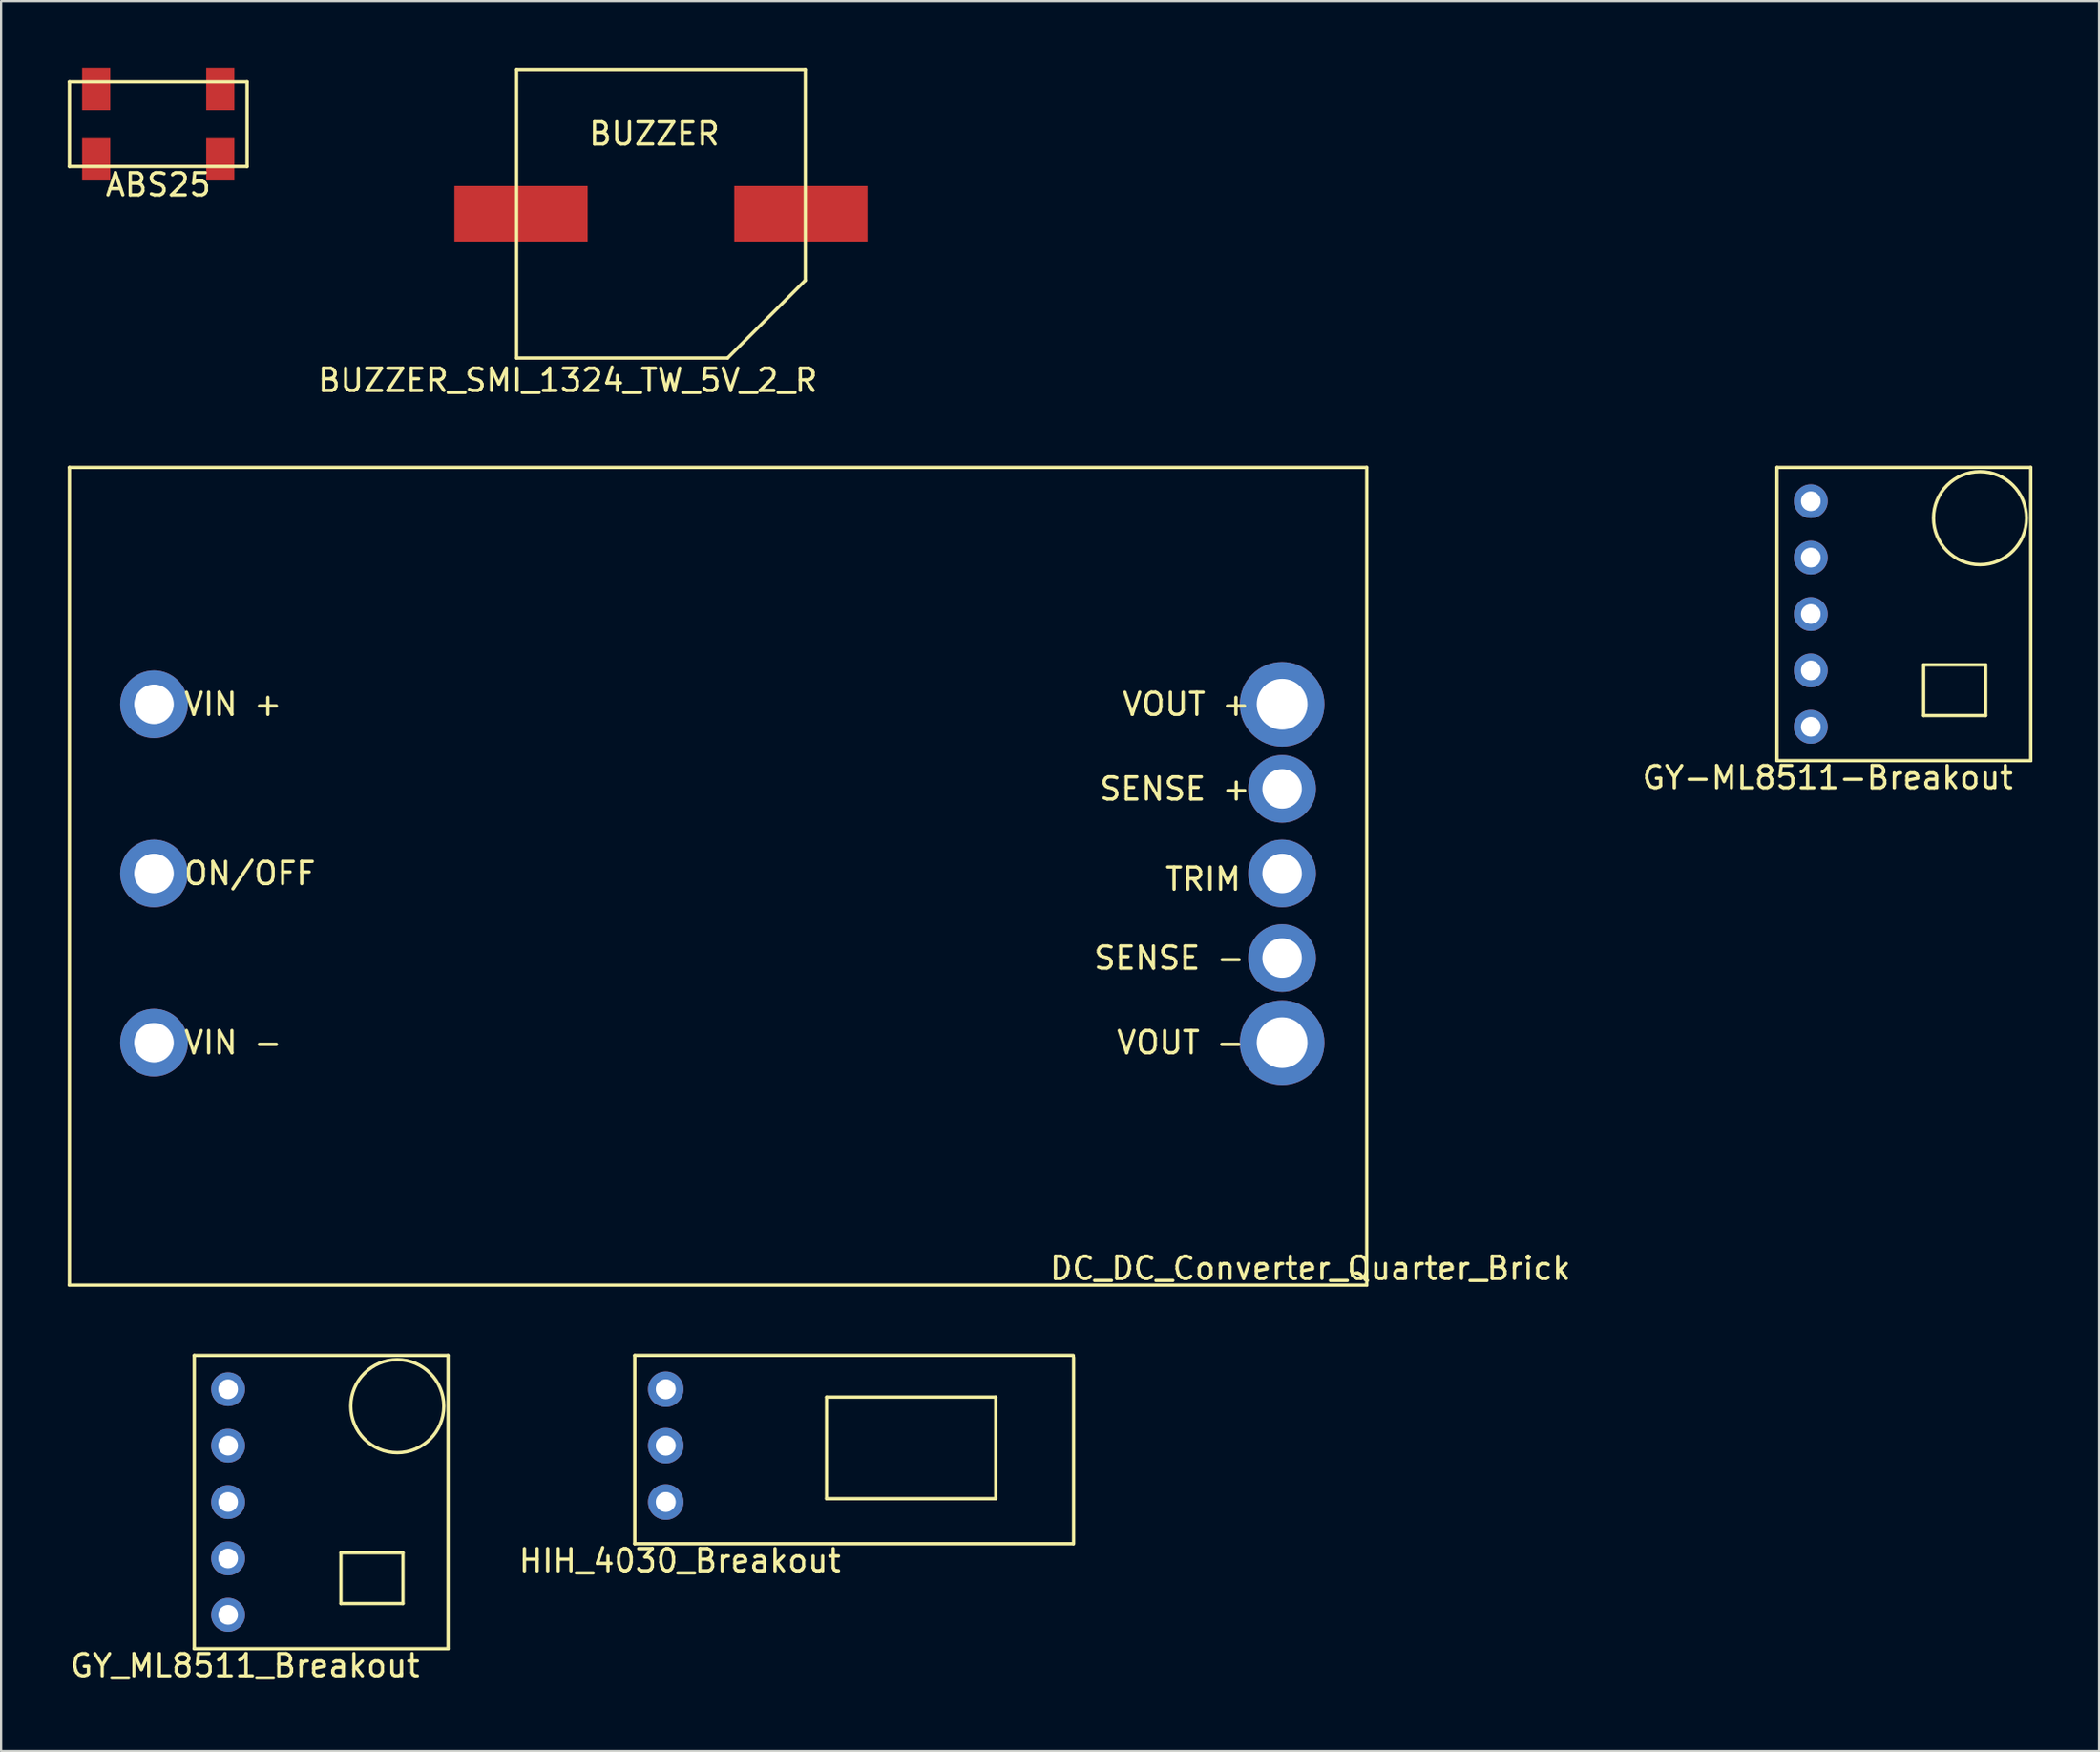
<source format=kicad_pcb>
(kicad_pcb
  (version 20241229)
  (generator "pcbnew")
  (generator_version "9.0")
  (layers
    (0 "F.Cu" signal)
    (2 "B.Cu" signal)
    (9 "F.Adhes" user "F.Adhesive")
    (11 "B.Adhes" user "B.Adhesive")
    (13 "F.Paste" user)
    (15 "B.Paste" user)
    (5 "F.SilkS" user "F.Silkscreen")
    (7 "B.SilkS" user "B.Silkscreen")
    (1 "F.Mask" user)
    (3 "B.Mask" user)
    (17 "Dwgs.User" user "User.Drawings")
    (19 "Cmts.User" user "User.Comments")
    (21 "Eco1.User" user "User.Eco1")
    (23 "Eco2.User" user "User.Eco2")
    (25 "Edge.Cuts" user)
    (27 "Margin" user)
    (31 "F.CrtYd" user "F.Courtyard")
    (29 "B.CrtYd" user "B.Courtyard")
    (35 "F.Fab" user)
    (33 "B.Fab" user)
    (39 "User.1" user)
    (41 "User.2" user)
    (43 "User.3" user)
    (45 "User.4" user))
  (footprint "GY-ML8511-Breakout"
    (layer "F.Cu")
    (at 76.969 31.206)
    (property "Reference" "GY-ML8511-Breakout" (at 2.284 0.764 0) (layer "F.SilkS") (effects (font (size 1 1) (thickness 0.15))))
    (attr through_hole)
    (fp_line (start 0 0) (end 0 -13.208) (stroke (width 0.15) (type solid)) (layer "F.SilkS"))
    (fp_line (start 0 0) (end 11.43 0) (stroke (width 0.15) (type solid)) (layer "F.SilkS"))
    (fp_line (start 6.604 -4.318) (end 6.604 -2.032) (stroke (width 0.15) (type solid)) (layer "F.SilkS"))
    (fp_line (start 9.398 -4.318) (end 6.604 -4.318) (stroke (width 0.15) (type solid)) (layer "F.SilkS"))
    (fp_line (start 9.398 -4.318) (end 9.398 -2.032) (stroke (width 0.15) (type solid)) (layer "F.SilkS"))
    (fp_line (start 9.398 -2.032) (end 6.604 -2.032) (stroke (width 0.15) (type solid)) (layer "F.SilkS"))
    (fp_line (start 11.43 -13.208) (end 0 -13.208) (stroke (width 0.15) (type solid)) (layer "F.SilkS"))
    (fp_line (start 11.43 0) (end 11.43 -13.208) (stroke (width 0.15) (type solid)) (layer "F.SilkS"))
    (fp_circle (center 9.144 -10.922) (end 8.636 -12.954) (stroke (width 0.15) (type solid)) (fill no) (layer "F.SilkS"))
    (pad "1" thru_hole circle (at 1.524 -11.684) (size 1.524 1.524) (drill 0.889) (layers "*.Cu" "*.Mask"))
    (pad "2" thru_hole circle (at 1.524 -9.144) (size 1.524 1.524) (drill 0.889) (layers "*.Cu" "*.Mask"))
    (pad "3" thru_hole circle (at 1.524 -6.604) (size 1.524 1.524) (drill 0.889) (layers "*.Cu" "*.Mask"))
    (pad "4" thru_hole circle (at 1.524 -4.064) (size 1.524 1.524) (drill 0.889) (layers "*.Cu" "*.Mask"))
    (pad "5" thru_hole circle (at 1.524 -1.524) (size 1.524 1.524) (drill 0.889) (layers "*.Cu" "*.Mask")))
  (footprint "GY_ML8511_Breakout"
    (layer "F.Cu")
    (at 5.698 71.198)
    (property "Reference" "GY_ML8511_Breakout" (at 2.284 0.764 0) (layer "F.SilkS") (effects (font (size 1 1) (thickness 0.15))))
    (attr through_hole)
    (fp_line (start 0 0) (end 0 -13.208) (stroke (width 0.15) (type solid)) (layer "F.SilkS"))
    (fp_line (start 0 0) (end 11.43 0) (stroke (width 0.15) (type solid)) (layer "F.SilkS"))
    (fp_line (start 6.604 -4.318) (end 6.604 -2.032) (stroke (width 0.15) (type solid)) (layer "F.SilkS"))
    (fp_line (start 9.398 -4.318) (end 6.604 -4.318) (stroke (width 0.15) (type solid)) (layer "F.SilkS"))
    (fp_line (start 9.398 -4.318) (end 9.398 -2.032) (stroke (width 0.15) (type solid)) (layer "F.SilkS"))
    (fp_line (start 9.398 -2.032) (end 6.604 -2.032) (stroke (width 0.15) (type solid)) (layer "F.SilkS"))
    (fp_line (start 11.43 -13.208) (end 0 -13.208) (stroke (width 0.15) (type solid)) (layer "F.SilkS"))
    (fp_line (start 11.43 0) (end 11.43 -13.208) (stroke (width 0.15) (type solid)) (layer "F.SilkS"))
    (fp_circle (center 9.144 -10.922) (end 8.636 -12.954) (stroke (width 0.15) (type solid)) (fill no) (layer "F.SilkS"))
    (pad "1" thru_hole circle (at 1.524 -11.684) (size 1.524 1.524) (drill 0.889) (layers "*.Cu" "*.Mask"))
    (pad "2" thru_hole circle (at 1.524 -9.144) (size 1.524 1.524) (drill 0.889) (layers "*.Cu" "*.Mask"))
    (pad "3" thru_hole circle (at 1.524 -6.604) (size 1.524 1.524) (drill 0.889) (layers "*.Cu" "*.Mask"))
    (pad "4" thru_hole circle (at 1.524 -4.064) (size 1.524 1.524) (drill 0.889) (layers "*.Cu" "*.Mask"))
    (pad "5" thru_hole circle (at 1.524 -1.524) (size 1.524 1.524) (drill 0.889) (layers "*.Cu" "*.Mask")))
  (footprint "HIH_4030_Breakout"
    (layer "F.Cu")
    (at 25.534 66.473)
    (property "Reference" "HIH_4030_Breakout" (at 2.032 0.762 0) (layer "F.SilkS") (effects (font (size 1 1) (thickness 0.15))))
    (attr through_hole)
    (fp_line (start 0 -8.484) (end 19.75 -8.484) (stroke (width 0.15) (type solid)) (layer "F.SilkS"))
    (fp_line (start 0 0) (end 0 -8.48) (stroke (width 0.15) (type solid)) (layer "F.SilkS"))
    (fp_line (start 0 0) (end 19.75 0) (stroke (width 0.15) (type solid)) (layer "F.SilkS"))
    (fp_line (start 8.636 -6.604) (end 16.256 -6.604) (stroke (width 0.15) (type solid)) (layer "F.SilkS"))
    (fp_line (start 8.636 -2.032) (end 8.636 -6.604) (stroke (width 0.15) (type solid)) (layer "F.SilkS"))
    (fp_line (start 16.256 -6.604) (end 16.256 -2.032) (stroke (width 0.15) (type solid)) (layer "F.SilkS"))
    (fp_line (start 16.256 -2.032) (end 8.636 -2.032) (stroke (width 0.15) (type solid)) (layer "F.SilkS"))
    (fp_line (start 19.761 0) (end 19.761 -8.4) (stroke (width 0.15) (type solid)) (layer "F.SilkS"))
    (pad "1" thru_hole circle (at 1.397 -1.88) (size 1.6 1.6) (drill 0.9) (layers "*.Cu" "*.Mask"))
    (pad "2" thru_hole circle (at 1.397 -4.42) (size 1.6 1.6) (drill 0.9) (layers "*.Cu" "*.Mask"))
    (pad "3" thru_hole circle (at 1.397 -6.96) (size 1.6 1.6) (drill 0.9) (layers "*.Cu" "*.Mask")))
  (footprint "BUZZER_SMI_1324_TW_5V_2_R"
    (layer "F.Cu")
    (at 20.214 6.575)
    (property "Reference" "BUZZER_SMI_1324_TW_5V_2_R" (at 2.3 7.5 0) (layer "F.SilkS") (effects (font (size 1 1) (thickness 0.15))))
    (attr through_hole)
    (fp_line (start 0 -6.5) (end 13 -6.5) (stroke (width 0.15) (type solid)) (layer "F.SilkS"))
    (fp_line (start 0 6.5) (end 0 -6.5) (stroke (width 0.15) (type solid)) (layer "F.SilkS"))
    (fp_line (start 0 6.5) (end 9.5 6.5) (stroke (width 0.15) (type solid)) (layer "F.SilkS"))
    (fp_line (start 9.5 6.5) (end 13 3) (stroke (width 0.15) (type solid)) (layer "F.SilkS"))
    (fp_line (start 13 3) (end 13 -6.5) (stroke (width 0.15) (type solid)) (layer "F.SilkS"))
    (fp_text user "BUZZER" (at 6.2 -3.6 0) (layer "F.SilkS") (effects (font (size 1 1) (thickness 0.15))))
    (pad "1" smd rect (at 0.2 0) (size 6 2.5) (layers "F.Cu" "F.Mask" "F.Paste"))
    (pad "2" smd rect (at 12.8 0) (size 6 2.5) (layers "F.Cu" "F.Mask" "F.Paste")))
  (footprint "DC_DC_Converter_Quarter_Brick"
    (layer "F.Cu")
    (at 3.885 28.666)
    (property "Reference" "DC_DC_Converter_Quarter_Brick" (at 52.07 25.4 0) (layer "F.SilkS") (effects (font (size 1 1) (thickness 0.15))))
    (attr through_hole)
    (fp_line (start -3.81 -10.668) (end -3.81 26.162) (stroke (width 0.15) (type solid)) (layer "F.SilkS"))
    (fp_line (start -3.81 -10.668) (end 54.61 -10.668) (stroke (width 0.15) (type solid)) (layer "F.SilkS"))
    (fp_line (start -3.81 26.162) (end 54.61 26.162) (stroke (width 0.15) (type solid)) (layer "F.SilkS"))
    (fp_line (start 54.61 -10.668) (end 54.61 26.162) (stroke (width 0.15) (type solid)) (layer "F.SilkS"))
    (fp_text user "SENSE -" (at 45.72 11.43 0) (layer "F.SilkS") (effects (font (size 1 1) (thickness 0.15))))
    (fp_text user "VOUT +" (at 46.482 0 0) (layer "F.SilkS") (effects (font (size 1 1) (thickness 0.15))))
    (fp_text user "VIN +" (at 3.556 0 0) (layer "F.SilkS") (effects (font (size 1 1) (thickness 0.15))))
    (fp_text user "VIN -" (at 3.556 15.24 0) (layer "F.SilkS") (effects (font (size 1 1) (thickness 0.15))))
    (fp_text user "SENSE +" (at 45.974 3.81 0) (layer "F.SilkS") (effects (font (size 1 1) (thickness 0.15))))
    (fp_text user "TRIM" (at 47.244 7.874 0) (layer "F.SilkS") (effects (font (size 1 1) (thickness 0.15))))
    (fp_text user "ON/OFF" (at 4.318 7.62 0) (layer "F.SilkS") (effects (font (size 1 1) (thickness 0.15))))
    (fp_text user "VOUT -" (at 46.228 15.24 0) (layer "F.SilkS") (effects (font (size 1 1) (thickness 0.15))))
    (pad "1" thru_hole circle (at 0 0) (size 3.048 3.048) (drill 1.778) (layers "*.Cu" "*.Mask"))
    (pad "2" thru_hole circle (at 0 7.62) (size 3.048 3.048) (drill 1.778) (layers "*.Cu" "*.Mask"))
    (pad "3" thru_hole circle (at 0 15.24) (size 3.048 3.048) (drill 1.778) (layers "*.Cu" "*.Mask"))
    (pad "4" thru_hole circle (at 50.8 15.24) (size 3.81 3.81) (drill 2.286) (layers "*.Cu" "*.Mask"))
    (pad "5" thru_hole circle (at 50.8 11.43) (size 3.048 3.048) (drill 1.778) (layers "*.Cu" "*.Mask"))
    (pad "6" thru_hole circle (at 50.8 7.62) (size 3.048 3.048) (drill 1.778) (layers "*.Cu" "*.Mask"))
    (pad "7" thru_hole circle (at 50.8 3.81) (size 3.048 3.048) (drill 1.778) (layers "*.Cu" "*.Mask"))
    (pad "8" thru_hole circle (at 50.8 0) (size 3.81 3.81) (drill 2.286) (layers "*.Cu" "*.Mask")))
  (footprint "ABS25"
    (layer "F.Cu")
    (at 1.282 0.953)
    (property "Reference" "ABS25" (at 2.794 4.318 0) (layer "F.SilkS") (effects (font (size 1 1) (thickness 0.15))))
    (attr through_hole)
    (fp_line (start -1.206 -0.318) (end -1.206 3.493) (stroke (width 0.15) (type solid)) (layer "F.SilkS"))
    (fp_line (start -1.206 -0.318) (end 6.795 -0.318) (stroke (width 0.15) (type solid)) (layer "F.SilkS"))
    (fp_line (start -1.206 3.493) (end 6.795 3.493) (stroke (width 0.15) (type solid)) (layer "F.SilkS"))
    (fp_line (start 6.795 -0.318) (end 6.795 3.493) (stroke (width 0.15) (type solid)) (layer "F.SilkS"))
    (pad "" smd rect (at 5.588 0) (size 1.27 1.905) (layers "F.Cu" "F.Mask" "F.Paste"))
    (pad "" smd rect (at 5.588 3.175) (size 1.27 1.905) (layers "F.Cu" "F.Mask" "F.Paste"))
    (pad "1" smd rect (at 0 3.175) (size 1.27 1.905) (layers "F.Cu" "F.Mask" "F.Paste"))
    (pad "2" smd rect (at 0 0) (size 1.27 1.905) (layers "F.Cu" "F.Mask" "F.Paste")))
  (gr_rect
    (start -3 -3)
    (end 91.474 75.81)
    (stroke (width 0.1) (type default))
    (fill no)
    (layer "Edge.Cuts")))
</source>
